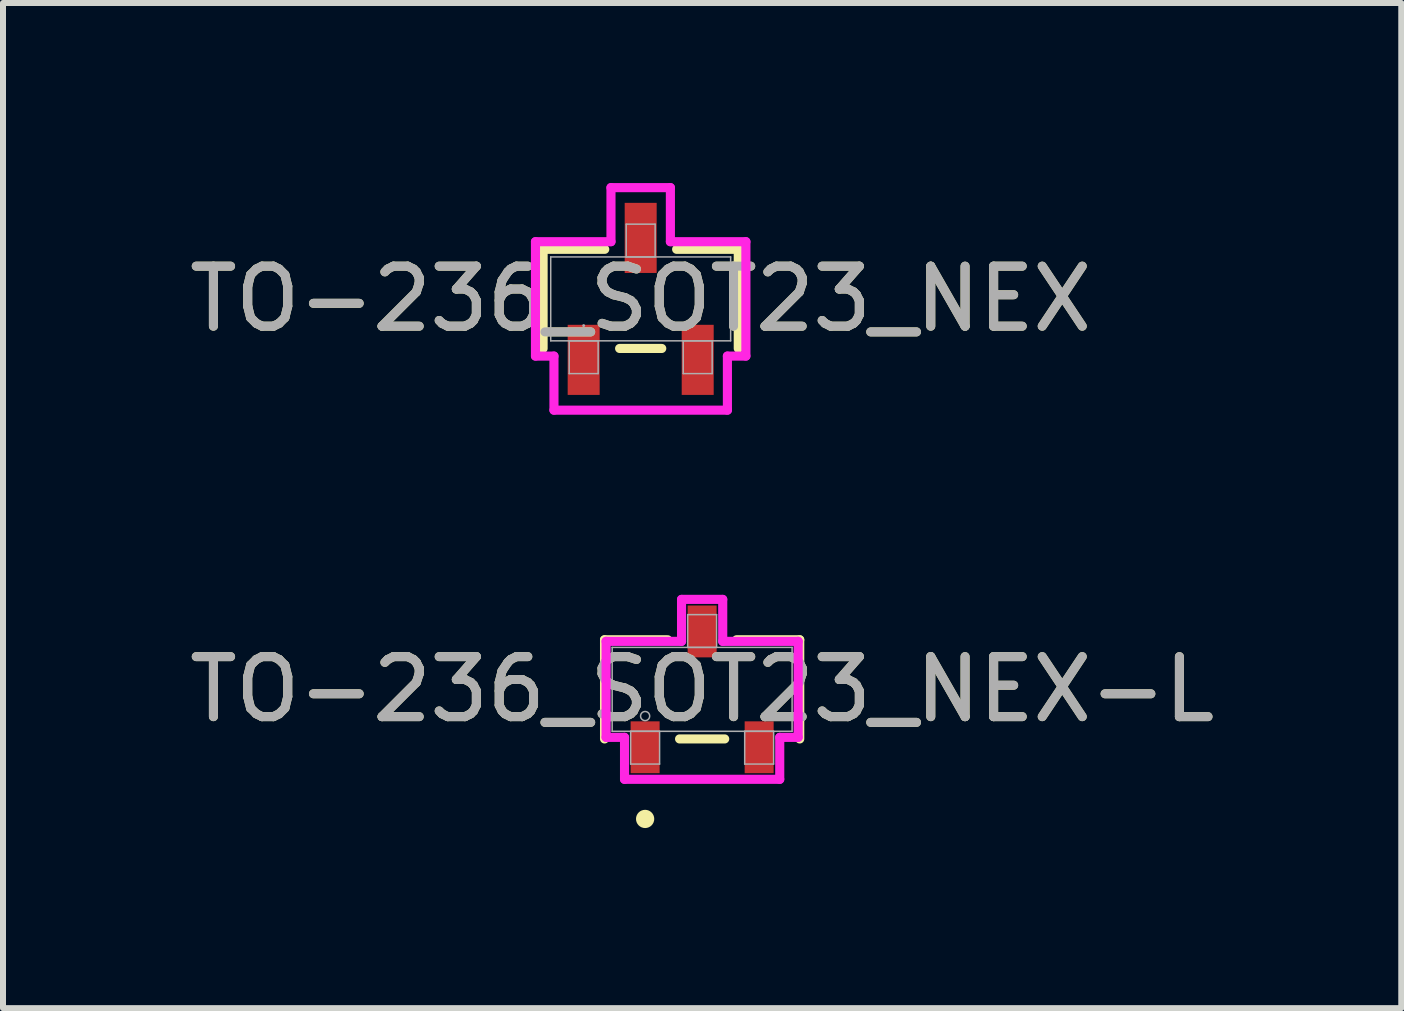
<source format=kicad_pcb>
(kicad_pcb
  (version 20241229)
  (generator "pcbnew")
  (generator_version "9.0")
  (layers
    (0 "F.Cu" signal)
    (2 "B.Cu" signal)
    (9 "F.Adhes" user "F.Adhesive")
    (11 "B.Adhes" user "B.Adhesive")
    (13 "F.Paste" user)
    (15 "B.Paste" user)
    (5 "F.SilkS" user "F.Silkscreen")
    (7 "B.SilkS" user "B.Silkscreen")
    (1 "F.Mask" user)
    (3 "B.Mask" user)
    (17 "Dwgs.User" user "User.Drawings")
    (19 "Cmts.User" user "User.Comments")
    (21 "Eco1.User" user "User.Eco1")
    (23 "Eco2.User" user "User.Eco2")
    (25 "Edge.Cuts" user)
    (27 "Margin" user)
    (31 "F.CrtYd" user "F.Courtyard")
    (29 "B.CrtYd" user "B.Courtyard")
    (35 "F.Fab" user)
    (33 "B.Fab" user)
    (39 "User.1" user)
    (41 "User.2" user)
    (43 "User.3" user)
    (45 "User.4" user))
  (footprint "TO-236_SOT23_NEX"
    (layer "F.Cu")
    (at 7.625 1.93)
    (property "Reference" "TO-236_SOT23_NEX" (at 0 0 0) (unlocked yes) (layer "F.SilkS") (effects (font (size 1 1) (thickness 0.15))))
    (attr smd)
    (fp_line (start -1.626 -0.826) (end -1.626 0.826) (stroke (width 0.152) (type solid)) (layer "F.SilkS"))
    (fp_line (start -0.599 -0.826) (end -1.626 -0.826) (stroke (width 0.152) (type solid)) (layer "F.SilkS"))
    (fp_line (start -0.351 0.826) (end 0.351 0.826) (stroke (width 0.152) (type solid)) (layer "F.SilkS"))
    (fp_line (start 1.626 -0.826) (end 0.599 -0.826) (stroke (width 0.152) (type solid)) (layer "F.SilkS"))
    (fp_line (start 1.626 0.826) (end 1.626 -0.826) (stroke (width 0.152) (type solid)) (layer "F.SilkS"))
    (fp_line (start -1.753 -0.953) (end -0.495 -0.953) (stroke (width 0.152) (type solid)) (layer "F.CrtYd"))
    (fp_line (start -1.753 0.953) (end -1.753 -0.953) (stroke (width 0.152) (type solid)) (layer "F.CrtYd"))
    (fp_line (start -1.753 0.953) (end -1.445 0.953) (stroke (width 0.152) (type solid)) (layer "F.CrtYd"))
    (fp_line (start -1.445 0.953) (end -1.445 1.854) (stroke (width 0.152) (type solid)) (layer "F.CrtYd"))
    (fp_line (start -1.445 1.854) (end 1.445 1.854) (stroke (width 0.152) (type solid)) (layer "F.CrtYd"))
    (fp_line (start -0.495 -1.854) (end 0.495 -1.854) (stroke (width 0.152) (type solid)) (layer "F.CrtYd"))
    (fp_line (start -0.495 -0.953) (end -0.495 -1.854) (stroke (width 0.152) (type solid)) (layer "F.CrtYd"))
    (fp_line (start 0.495 -0.953) (end 0.495 -1.854) (stroke (width 0.152) (type solid)) (layer "F.CrtYd"))
    (fp_line (start 1.445 0.953) (end 1.445 1.854) (stroke (width 0.152) (type solid)) (layer "F.CrtYd"))
    (fp_line (start 1.753 -0.953) (end 0.495 -0.953) (stroke (width 0.152) (type solid)) (layer "F.CrtYd"))
    (fp_line (start 1.753 -0.953) (end 1.753 0.953) (stroke (width 0.152) (type solid)) (layer "F.CrtYd"))
    (fp_line (start 1.753 0.953) (end 1.445 0.953) (stroke (width 0.152) (type solid)) (layer "F.CrtYd"))
    (fp_line (start -1.499 -0.699) (end -1.499 0.699) (stroke (width 0.025) (type solid)) (layer "F.Fab"))
    (fp_line (start -1.499 0.699) (end 1.499 0.699) (stroke (width 0.025) (type solid)) (layer "F.Fab"))
    (fp_line (start -1.191 0.699) (end -1.191 1.245) (stroke (width 0.025) (type solid)) (layer "F.Fab"))
    (fp_line (start -1.191 1.245) (end -0.709 1.245) (stroke (width 0.025) (type solid)) (layer "F.Fab"))
    (fp_line (start -0.709 0.699) (end -1.191 0.699) (stroke (width 0.025) (type solid)) (layer "F.Fab"))
    (fp_line (start -0.709 1.245) (end -0.709 0.699) (stroke (width 0.025) (type solid)) (layer "F.Fab"))
    (fp_line (start -0.241 -1.245) (end -0.241 -0.699) (stroke (width 0.025) (type solid)) (layer "F.Fab"))
    (fp_line (start -0.241 -0.699) (end 0.241 -0.699) (stroke (width 0.025) (type solid)) (layer "F.Fab"))
    (fp_line (start 0.241 -1.245) (end -0.241 -1.245) (stroke (width 0.025) (type solid)) (layer "F.Fab"))
    (fp_line (start 0.241 -0.699) (end 0.241 -1.245) (stroke (width 0.025) (type solid)) (layer "F.Fab"))
    (fp_line (start 0.709 0.699) (end 0.709 1.245) (stroke (width 0.025) (type solid)) (layer "F.Fab"))
    (fp_line (start 0.709 1.245) (end 1.191 1.245) (stroke (width 0.025) (type solid)) (layer "F.Fab"))
    (fp_line (start 1.191 0.699) (end 0.709 0.699) (stroke (width 0.025) (type solid)) (layer "F.Fab"))
    (fp_line (start 1.191 1.245) (end 1.191 0.699) (stroke (width 0.025) (type solid)) (layer "F.Fab"))
    (fp_line (start 1.499 -0.699) (end -1.499 -0.699) (stroke (width 0.025) (type solid)) (layer "F.Fab"))
    (fp_line (start 1.499 0.699) (end 1.499 -0.699) (stroke (width 0.025) (type solid)) (layer "F.Fab"))
    (fp_circle (center -0.95 0.445) (end -0.95 0.445) (stroke (width 0.025) (type solid)) (fill no) (layer "F.Fab"))
    (fp_text user "${REFERENCE}" (at 0 0 0) (unlocked yes) (layer "F.Fab") (effects (font (size 1 1) (thickness 0.15))))
    (pad "1" smd rect (at -0.95 1.016) (size 0.533 1.168) (layers "F.Cu" "F.Mask" "F.Paste"))
    (pad "2" smd rect (at 0.95 1.016) (size 0.533 1.168) (layers "F.Cu" "F.Mask" "F.Paste"))
    (pad "3" smd rect (at 0 -1.016) (size 0.533 1.168) (layers "F.Cu" "F.Mask" "F.Paste")))
  (footprint "TO-236_SOT23_NEX-L"
    (layer "F.Cu")
    (at 8.649 8.436)
    (property "Reference" "TO-236_SOT23_NEX-L" (at 0 0 0) (unlocked yes) (layer "F.SilkS") (effects (font (size 1 1) (thickness 0.15))))
    (attr smd)
    (fp_line (start -1.626 -0.826) (end -1.626 0.826) (stroke (width 0.152) (type solid)) (layer "F.SilkS"))
    (fp_line (start -0.574 -0.826) (end -1.626 -0.826) (stroke (width 0.152) (type solid)) (layer "F.SilkS"))
    (fp_line (start -0.376 0.826) (end 0.376 0.826) (stroke (width 0.152) (type solid)) (layer "F.SilkS"))
    (fp_line (start 1.626 -0.826) (end 0.574 -0.826) (stroke (width 0.152) (type solid)) (layer "F.SilkS"))
    (fp_line (start 1.626 0.826) (end 1.626 -0.826) (stroke (width 0.152) (type solid)) (layer "F.SilkS"))
    (fp_circle (center -0.95 2.159) (end -0.874 2.159) (stroke (width 0.152) (type solid)) (fill no) (layer "F.SilkS"))
    (fp_line (start -1.6 -0.8) (end -0.343 -0.8) (stroke (width 0.152) (type solid)) (layer "F.CrtYd"))
    (fp_line (start -1.6 0.8) (end -1.6 -0.8) (stroke (width 0.152) (type solid)) (layer "F.CrtYd"))
    (fp_line (start -1.6 0.8) (end -1.293 0.8) (stroke (width 0.152) (type solid)) (layer "F.CrtYd"))
    (fp_line (start -1.293 0.8) (end -1.293 1.499) (stroke (width 0.152) (type solid)) (layer "F.CrtYd"))
    (fp_line (start -1.293 1.499) (end 1.293 1.499) (stroke (width 0.152) (type solid)) (layer "F.CrtYd"))
    (fp_line (start -0.343 -1.499) (end 0.343 -1.499) (stroke (width 0.152) (type solid)) (layer "F.CrtYd"))
    (fp_line (start -0.343 -0.8) (end -0.343 -1.499) (stroke (width 0.152) (type solid)) (layer "F.CrtYd"))
    (fp_line (start 0.343 -0.8) (end 0.343 -1.499) (stroke (width 0.152) (type solid)) (layer "F.CrtYd"))
    (fp_line (start 1.293 0.8) (end 1.293 1.499) (stroke (width 0.152) (type solid)) (layer "F.CrtYd"))
    (fp_line (start 1.6 -0.8) (end 0.343 -0.8) (stroke (width 0.152) (type solid)) (layer "F.CrtYd"))
    (fp_line (start 1.6 -0.8) (end 1.6 0.8) (stroke (width 0.152) (type solid)) (layer "F.CrtYd"))
    (fp_line (start 1.6 0.8) (end 1.293 0.8) (stroke (width 0.152) (type solid)) (layer "F.CrtYd"))
    (fp_line (start -1.499 -0.699) (end -1.499 0.699) (stroke (width 0.025) (type solid)) (layer "F.Fab"))
    (fp_line (start -1.499 0.699) (end 1.499 0.699) (stroke (width 0.025) (type solid)) (layer "F.Fab"))
    (fp_line (start -1.191 0.699) (end -1.191 1.245) (stroke (width 0.025) (type solid)) (layer "F.Fab"))
    (fp_line (start -1.191 1.245) (end -0.709 1.245) (stroke (width 0.025) (type solid)) (layer "F.Fab"))
    (fp_line (start -0.709 0.699) (end -1.191 0.699) (stroke (width 0.025) (type solid)) (layer "F.Fab"))
    (fp_line (start -0.709 1.245) (end -0.709 0.699) (stroke (width 0.025) (type solid)) (layer "F.Fab"))
    (fp_line (start -0.241 -1.245) (end -0.241 -0.699) (stroke (width 0.025) (type solid)) (layer "F.Fab"))
    (fp_line (start -0.241 -0.699) (end 0.241 -0.699) (stroke (width 0.025) (type solid)) (layer "F.Fab"))
    (fp_line (start 0.241 -1.245) (end -0.241 -1.245) (stroke (width 0.025) (type solid)) (layer "F.Fab"))
    (fp_line (start 0.241 -0.699) (end 0.241 -1.245) (stroke (width 0.025) (type solid)) (layer "F.Fab"))
    (fp_line (start 0.709 0.699) (end 0.709 1.245) (stroke (width 0.025) (type solid)) (layer "F.Fab"))
    (fp_line (start 0.709 1.245) (end 1.191 1.245) (stroke (width 0.025) (type solid)) (layer "F.Fab"))
    (fp_line (start 1.191 0.699) (end 0.709 0.699) (stroke (width 0.025) (type solid)) (layer "F.Fab"))
    (fp_line (start 1.191 1.245) (end 1.191 0.699) (stroke (width 0.025) (type solid)) (layer "F.Fab"))
    (fp_line (start 1.499 -0.699) (end -1.499 -0.699) (stroke (width 0.025) (type solid)) (layer "F.Fab"))
    (fp_line (start 1.499 0.699) (end 1.499 -0.699) (stroke (width 0.025) (type solid)) (layer "F.Fab"))
    (fp_circle (center -0.95 0.445) (end -0.874 0.445) (stroke (width 0.025) (type solid)) (fill no) (layer "F.Fab"))
    (fp_text user "${REFERENCE}" (at 0 0 0) (unlocked yes) (layer "F.Fab") (effects (font (size 1 1) (thickness 0.15))))
    (pad "1" smd rect (at -0.95 0.965) (size 0.483 0.864) (layers "F.Cu" "F.Mask" "F.Paste"))
    (pad "2" smd rect (at 0.95 0.965) (size 0.483 0.864) (layers "F.Cu" "F.Mask" "F.Paste"))
    (pad "3" smd rect (at 0 -0.965) (size 0.483 0.864) (layers "F.Cu" "F.Mask" "F.Paste")))
  (gr_rect
    (start -3 -3)
    (end 20.298 13.747)
    (stroke (width 0.1) (type default))
    (fill no)
    (layer "Edge.Cuts")))
</source>
